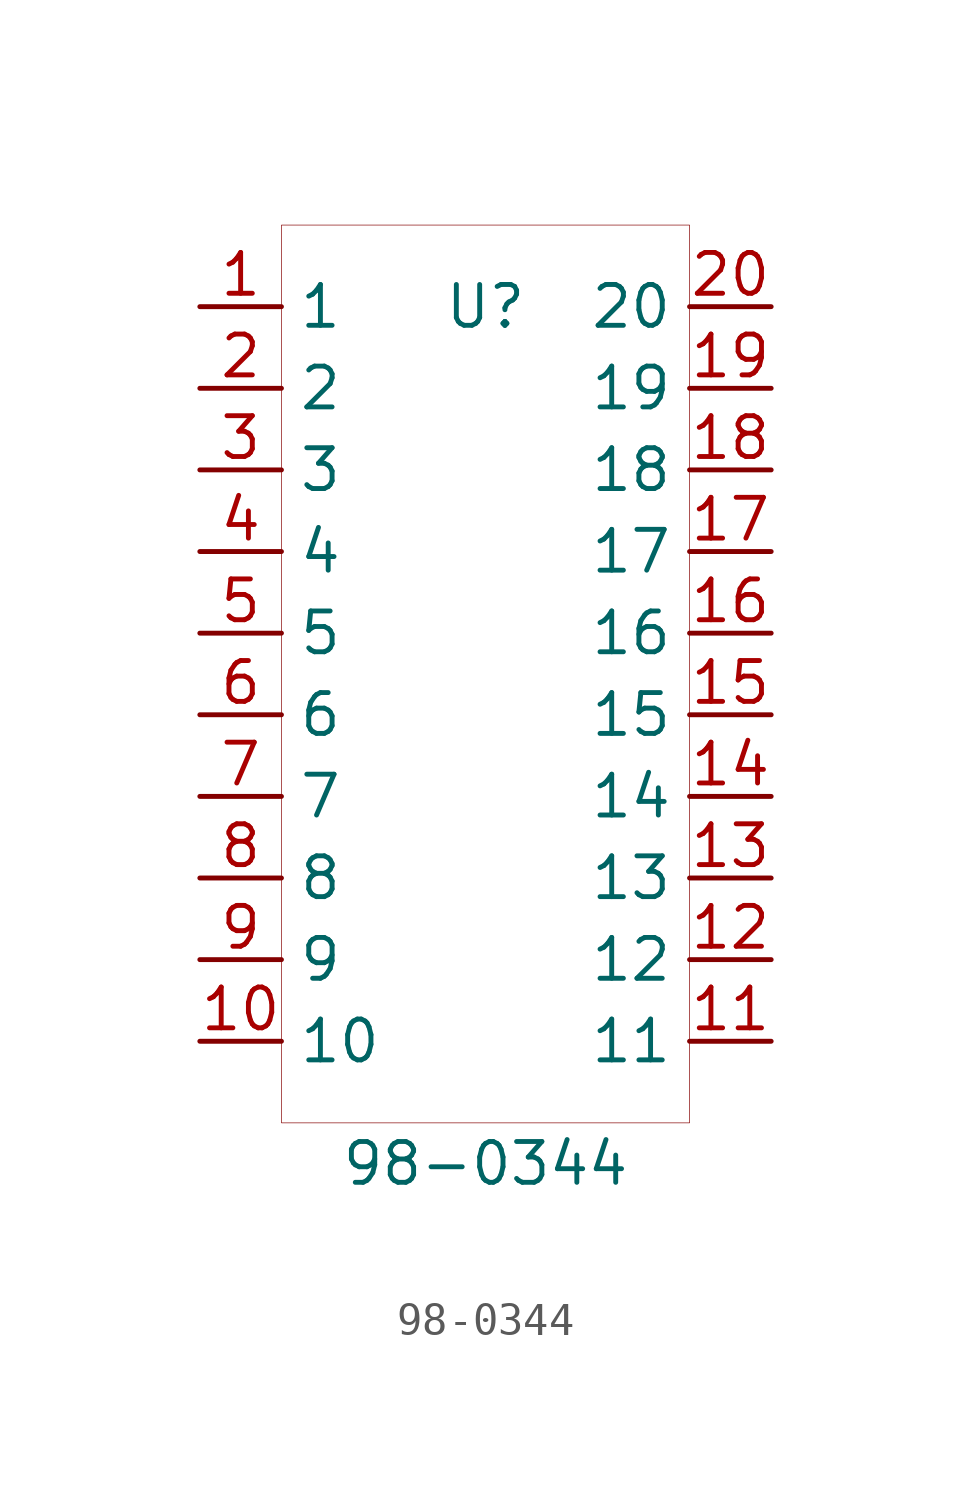
<source format=kicad_sym>
(kicad_symbol_lib
  (version 20200126)
  (host kicad_symbol_editor "5.99.0-unknown-6083c08~88~ubuntu18.04.1")
  (symbol "NAGARES:98-0344"
    (property "Reference" "U"
      (at 0 17.78 0)
      (effects (font (size 1.27 1.27))))
    (property "Value" "98-0344"
      (at 0 -8.89 0)
      (effects (font (size 1.27 1.27))))
    (symbol "98-0344_0_1"
      (rectangle (start -6.35 20.32) (end 6.35 -7.62) (stroke (width 0.001)) (fill (type none))))
    (symbol "98-0344_1_1"
      (pin input line (at -8.89 17.78 0) (length 2.54) (name "1" (effects (font (size 1.27 1.27)))) (number "1" (effects (font (size 1.27 1.27)))))
      (pin input line (at -8.89 15.24 0) (length 2.54) (name "2" (effects (font (size 1.27 1.27)))) (number "2" (effects (font (size 1.27 1.27)))))
      (pin input line (at -8.89 12.7 0) (length 2.54) (name "3" (effects (font (size 1.27 1.27)))) (number "3" (effects (font (size 1.27 1.27)))))
      (pin input line (at -8.89 10.16 0) (length 2.54) (name "4" (effects (font (size 1.27 1.27)))) (number "4" (effects (font (size 1.27 1.27)))))
      (pin input line (at -8.89 7.62 0) (length 2.54) (name "5" (effects (font (size 1.27 1.27)))) (number "5" (effects (font (size 1.27 1.27)))))
      (pin input line (at -8.89 5.08 0) (length 2.54) (name "6" (effects (font (size 1.27 1.27)))) (number "6" (effects (font (size 1.27 1.27)))))
      (pin input line (at -8.89 2.54 0) (length 2.54) (name "7" (effects (font (size 1.27 1.27)))) (number "7" (effects (font (size 1.27 1.27)))))
      (pin input line (at -8.89 0 0) (length 2.54) (name "8" (effects (font (size 1.27 1.27)))) (number "8" (effects (font (size 1.27 1.27)))))
      (pin input line (at -8.89 -2.54 0) (length 2.54) (name "9" (effects (font (size 1.27 1.27)))) (number "9" (effects (font (size 1.27 1.27)))))
      (pin input line (at -8.89 -5.08 0) (length 2.54) (name "10" (effects (font (size 1.27 1.27)))) (number "10" (effects (font (size 1.27 1.27)))))
      (pin input line (at 8.89 -5.08 180) (length 2.54) (name "11" (effects (font (size 1.27 1.27)))) (number "11" (effects (font (size 1.27 1.27)))))
      (pin input line (at 8.89 -2.54 180) (length 2.54) (name "12" (effects (font (size 1.27 1.27)))) (number "12" (effects (font (size 1.27 1.27)))))
      (pin input line (at 8.89 0 180) (length 2.54) (name "13" (effects (font (size 1.27 1.27)))) (number "13" (effects (font (size 1.27 1.27)))))
      (pin input line (at 8.89 2.54 180) (length 2.54) (name "14" (effects (font (size 1.27 1.27)))) (number "14" (effects (font (size 1.27 1.27)))))
      (pin input line (at 8.89 5.08 180) (length 2.54) (name "15" (effects (font (size 1.27 1.27)))) (number "15" (effects (font (size 1.27 1.27)))))
      (pin input line (at 8.89 7.62 180) (length 2.54) (name "16" (effects (font (size 1.27 1.27)))) (number "16" (effects (font (size 1.27 1.27)))))
      (pin input line (at 8.89 10.16 180) (length 2.54) (name "17" (effects (font (size 1.27 1.27)))) (number "17" (effects (font (size 1.27 1.27)))))
      (pin input line (at 8.89 12.7 180) (length 2.54) (name "18" (effects (font (size 1.27 1.27)))) (number "18" (effects (font (size 1.27 1.27)))))
      (pin input line (at 8.89 15.24 180) (length 2.54) (name "19" (effects (font (size 1.27 1.27)))) (number "19" (effects (font (size 1.27 1.27)))))
      (pin input line (at 8.89 17.78 180) (length 2.54) (name "20" (effects (font (size 1.27 1.27)))) (number "20" (effects (font (size 1.27 1.27))))))))
</source>
